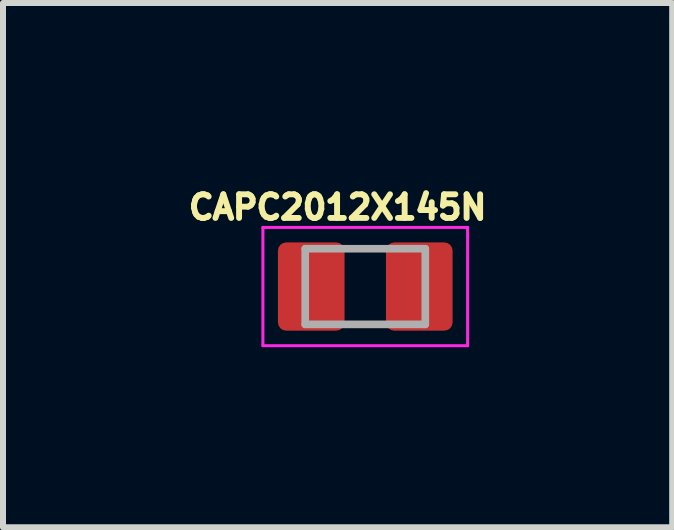
<source format=kicad_pcb>
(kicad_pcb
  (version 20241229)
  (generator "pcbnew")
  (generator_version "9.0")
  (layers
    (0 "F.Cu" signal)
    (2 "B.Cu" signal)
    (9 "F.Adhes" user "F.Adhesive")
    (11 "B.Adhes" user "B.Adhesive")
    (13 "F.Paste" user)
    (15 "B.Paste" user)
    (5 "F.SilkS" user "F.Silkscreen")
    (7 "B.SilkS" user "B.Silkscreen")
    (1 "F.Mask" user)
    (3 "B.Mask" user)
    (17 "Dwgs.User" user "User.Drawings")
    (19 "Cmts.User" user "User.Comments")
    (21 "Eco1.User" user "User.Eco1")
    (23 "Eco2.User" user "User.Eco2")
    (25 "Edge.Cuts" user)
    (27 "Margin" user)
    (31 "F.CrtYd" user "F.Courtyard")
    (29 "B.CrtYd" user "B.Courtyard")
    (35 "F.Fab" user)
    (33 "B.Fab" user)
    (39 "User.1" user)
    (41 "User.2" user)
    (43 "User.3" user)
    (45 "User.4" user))
  (footprint "CAPC2012X145N"
    (layer "F.Cu")
    (at 3.034 1.723)
    (property "Reference" "CAPC2012X145N" (at -0.46 -1.32 0) (layer "F.SilkS") (effects (font (size 0.394 0.394) (thickness 0.15))))
    (attr smd)
    (fp_line (start -1.705 -0.985) (end 1.705 -0.985) (stroke (width 0.05) (type solid)) (layer "F.CrtYd"))
    (fp_line (start -1.705 0.985) (end -1.705 -0.985) (stroke (width 0.05) (type solid)) (layer "F.CrtYd"))
    (fp_line (start -1.705 0.985) (end 1.705 0.985) (stroke (width 0.05) (type solid)) (layer "F.CrtYd"))
    (fp_line (start 1.705 0.985) (end 1.705 -0.985) (stroke (width 0.05) (type solid)) (layer "F.CrtYd"))
    (fp_line (start -1 0.63) (end -1 -0.63) (stroke (width 0.127) (type solid)) (layer "F.Fab"))
    (fp_line (start 1 -0.63) (end -1 -0.63) (stroke (width 0.127) (type solid)) (layer "F.Fab"))
    (fp_line (start 1 0.63) (end -1 0.63) (stroke (width 0.127) (type solid)) (layer "F.Fab"))
    (fp_line (start 1 0.63) (end 1 -0.63) (stroke (width 0.127) (type solid)) (layer "F.Fab"))
    (pad "1" smd roundrect (at -0.9 0) (size 1.11 1.47) (layers "F.Cu" "F.Mask" "F.Paste") (roundrect_rratio 0.125))
    (pad "2" smd roundrect (at 0.9 0) (size 1.11 1.47) (layers "F.Cu" "F.Mask" "F.Paste") (roundrect_rratio 0.125)))
  (gr_rect
    (start -3 -3)
    (end 8.147 5.733)
    (stroke (width 0.1) (type default))
    (fill no)
    (layer "Edge.Cuts")))
</source>
